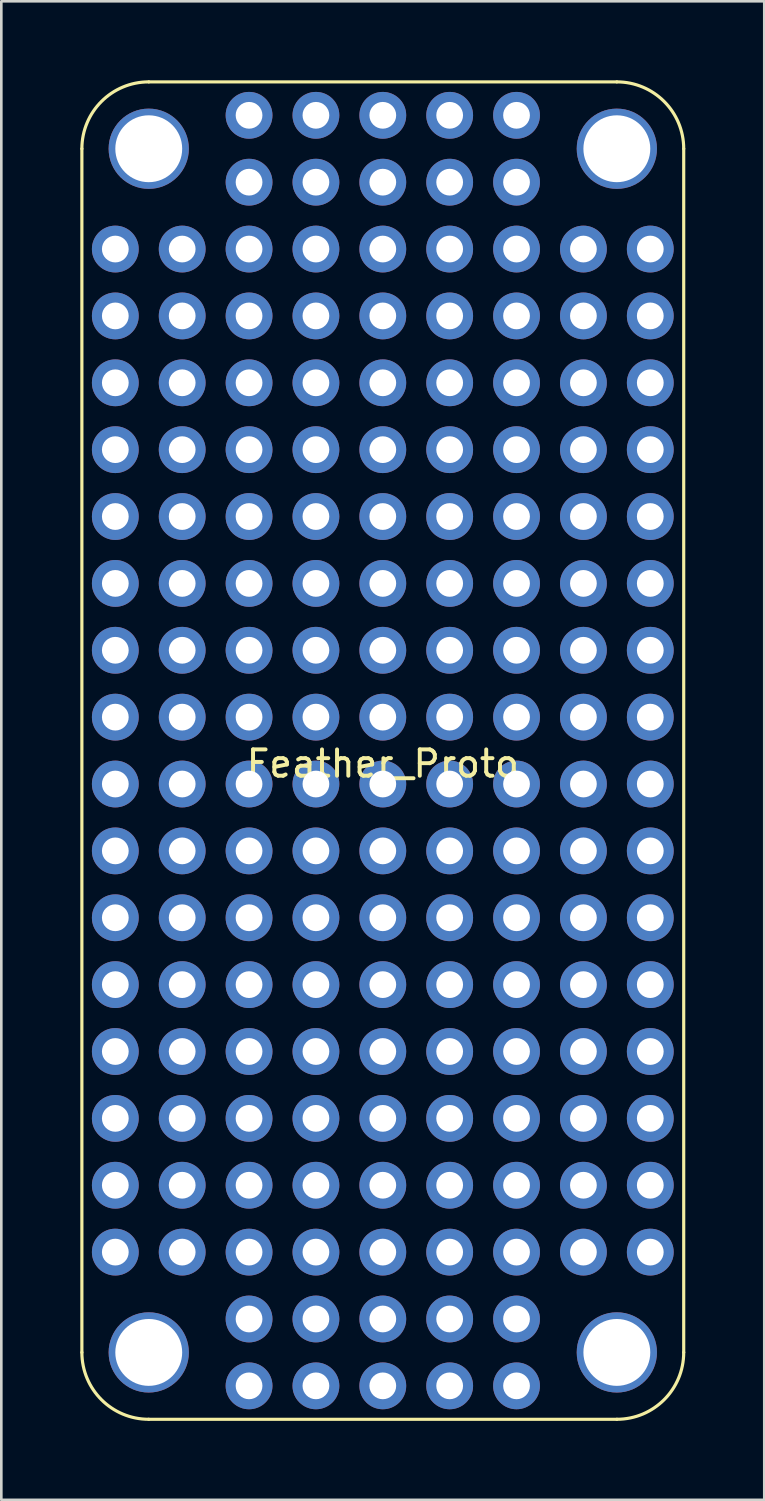
<source format=kicad_pcb>
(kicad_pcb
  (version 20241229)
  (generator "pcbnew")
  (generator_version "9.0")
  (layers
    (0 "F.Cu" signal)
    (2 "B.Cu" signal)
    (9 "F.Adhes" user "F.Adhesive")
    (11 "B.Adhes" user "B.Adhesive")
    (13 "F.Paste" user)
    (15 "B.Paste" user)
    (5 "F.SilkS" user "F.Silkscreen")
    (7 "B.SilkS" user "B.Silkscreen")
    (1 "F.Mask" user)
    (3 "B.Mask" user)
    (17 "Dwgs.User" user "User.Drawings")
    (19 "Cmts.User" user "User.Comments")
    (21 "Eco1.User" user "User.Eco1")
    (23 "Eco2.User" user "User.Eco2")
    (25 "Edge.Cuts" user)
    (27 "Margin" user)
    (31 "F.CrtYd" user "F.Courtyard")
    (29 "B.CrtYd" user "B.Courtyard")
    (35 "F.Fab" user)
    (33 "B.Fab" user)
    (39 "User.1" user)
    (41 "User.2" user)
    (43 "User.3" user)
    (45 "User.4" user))
  (footprint "Feather_Proto"
    (layer "F.Cu")
    (at 11.49 25.46)
    (property "Reference" "Feather_Proto" (at 0 0.5 0) (layer "F.SilkS") (effects (font (size 1 1) (thickness 0.15))))
    (attr through_hole)
    (fp_line (start -11.43 -22.86) (end -11.43 22.86) (stroke (width 0.12) (type solid)) (layer "F.SilkS"))
    (fp_line (start -8.89 25.4) (end 8.89 25.4) (stroke (width 0.12) (type solid)) (layer "F.SilkS"))
    (fp_line (start 8.89 -25.4) (end -8.89 -25.4) (stroke (width 0.12) (type solid)) (layer "F.SilkS"))
    (fp_line (start 11.43 22.86) (end 11.43 -22.86) (stroke (width 0.12) (type solid)) (layer "F.SilkS"))
    (fp_arc (start -11.43 -22.86) (mid -10.686051 -24.656051) (end -8.89 -25.4) (stroke (width 0.12) (type solid)) (layer "F.SilkS"))
    (fp_arc (start -8.89 25.4) (mid -10.686051 24.656051) (end -11.43 22.86) (stroke (width 0.12) (type solid)) (layer "F.SilkS"))
    (fp_arc (start 8.89 -25.4) (mid 10.686051 -24.656051) (end 11.43 -22.86) (stroke (width 0.12) (type solid)) (layer "F.SilkS"))
    (fp_arc (start 11.43 22.86) (mid 10.686051 24.656051) (end 8.89 25.4) (stroke (width 0.12) (type solid)) (layer "F.SilkS"))
    (pad "" thru_hole circle (at -10.16 -19.05) (size 1.778 1.778) (drill 1.016) (layers "*.Cu" "*.Mask"))
    (pad "" thru_hole circle (at -10.16 -16.51) (size 1.778 1.778) (drill 1.016) (layers "*.Cu" "*.Mask"))
    (pad "" thru_hole circle (at -10.16 -13.97) (size 1.778 1.778) (drill 1.016) (layers "*.Cu" "*.Mask"))
    (pad "" thru_hole circle (at -10.16 -11.43) (size 1.778 1.778) (drill 1.016) (layers "*.Cu" "*.Mask"))
    (pad "" thru_hole circle (at -10.16 -8.89) (size 1.778 1.778) (drill 1.016) (layers "*.Cu" "*.Mask"))
    (pad "" thru_hole circle (at -10.16 -6.35) (size 1.778 1.778) (drill 1.016) (layers "*.Cu" "*.Mask"))
    (pad "" thru_hole circle (at -10.16 -3.81) (size 1.778 1.778) (drill 1.016) (layers "*.Cu" "*.Mask"))
    (pad "" thru_hole circle (at -10.16 -1.27) (size 1.778 1.778) (drill 1.016) (layers "*.Cu" "*.Mask"))
    (pad "" thru_hole circle (at -10.16 1.27) (size 1.778 1.778) (drill 1.016) (layers "*.Cu" "*.Mask"))
    (pad "" thru_hole circle (at -10.16 3.81) (size 1.778 1.778) (drill 1.016) (layers "*.Cu" "*.Mask"))
    (pad "" thru_hole circle (at -10.16 6.35) (size 1.778 1.778) (drill 1.016) (layers "*.Cu" "*.Mask"))
    (pad "" thru_hole circle (at -10.16 8.89) (size 1.778 1.778) (drill 1.016) (layers "*.Cu" "*.Mask"))
    (pad "" thru_hole circle (at -10.16 11.43) (size 1.778 1.778) (drill 1.016) (layers "*.Cu" "*.Mask"))
    (pad "" thru_hole circle (at -10.16 13.97) (size 1.778 1.778) (drill 1.016) (layers "*.Cu" "*.Mask"))
    (pad "" thru_hole circle (at -10.16 16.51) (size 1.778 1.778) (drill 1.016) (layers "*.Cu" "*.Mask"))
    (pad "" thru_hole circle (at -10.16 19.05) (size 1.778 1.778) (drill 1.016) (layers "*.Cu" "*.Mask"))
    (pad "" np_thru_hole circle (at -8.89 -22.86) (size 3.048 3.048) (drill 2.54) (layers "*.Cu" "*.Mask"))
    (pad "" np_thru_hole circle (at -8.89 22.86) (size 3.048 3.048) (drill 2.54) (layers "*.Cu" "*.Mask"))
    (pad "" thru_hole circle (at -7.62 -19.05) (size 1.778 1.778) (drill 1.016) (layers "*.Cu" "*.Mask"))
    (pad "" thru_hole circle (at -7.62 -16.51) (size 1.778 1.778) (drill 1.016) (layers "*.Cu" "*.Mask"))
    (pad "" thru_hole circle (at -7.62 -13.97) (size 1.778 1.778) (drill 1.016) (layers "*.Cu" "*.Mask"))
    (pad "" thru_hole circle (at -7.62 -11.43) (size 1.778 1.778) (drill 1.016) (layers "*.Cu" "*.Mask"))
    (pad "" thru_hole circle (at -7.62 -8.89) (size 1.778 1.778) (drill 1.016) (layers "*.Cu" "*.Mask"))
    (pad "" thru_hole circle (at -7.62 -6.35) (size 1.778 1.778) (drill 1.016) (layers "*.Cu" "*.Mask"))
    (pad "" thru_hole circle (at -7.62 -3.81) (size 1.778 1.778) (drill 1.016) (layers "*.Cu" "*.Mask"))
    (pad "" thru_hole circle (at -7.62 -1.27) (size 1.778 1.778) (drill 1.016) (layers "*.Cu" "*.Mask"))
    (pad "" thru_hole circle (at -7.62 1.27) (size 1.778 1.778) (drill 1.016) (layers "*.Cu" "*.Mask"))
    (pad "" thru_hole circle (at -7.62 3.81) (size 1.778 1.778) (drill 1.016) (layers "*.Cu" "*.Mask"))
    (pad "" thru_hole circle (at -7.62 6.35) (size 1.778 1.778) (drill 1.016) (layers "*.Cu" "*.Mask"))
    (pad "" thru_hole circle (at -7.62 8.89) (size 1.778 1.778) (drill 1.016) (layers "*.Cu" "*.Mask"))
    (pad "" thru_hole circle (at -7.62 11.43) (size 1.778 1.778) (drill 1.016) (layers "*.Cu" "*.Mask"))
    (pad "" thru_hole circle (at -7.62 13.97) (size 1.778 1.778) (drill 1.016) (layers "*.Cu" "*.Mask"))
    (pad "" thru_hole circle (at -7.62 16.51) (size 1.778 1.778) (drill 1.016) (layers "*.Cu" "*.Mask"))
    (pad "" thru_hole circle (at -7.62 19.05) (size 1.778 1.778) (drill 1.016) (layers "*.Cu" "*.Mask"))
    (pad "" thru_hole circle (at -5.08 -24.13) (size 1.778 1.778) (drill 1.016) (layers "*.Cu" "*.Mask"))
    (pad "" thru_hole circle (at -5.08 -21.59) (size 1.778 1.778) (drill 1.016) (layers "*.Cu" "*.Mask"))
    (pad "" thru_hole circle (at -5.08 -19.05) (size 1.778 1.778) (drill 1.016) (layers "*.Cu" "*.Mask"))
    (pad "" thru_hole circle (at -5.08 -16.51) (size 1.778 1.778) (drill 1.016) (layers "*.Cu" "*.Mask"))
    (pad "" thru_hole circle (at -5.08 -13.97) (size 1.778 1.778) (drill 1.016) (layers "*.Cu" "*.Mask"))
    (pad "" thru_hole circle (at -5.08 -11.43) (size 1.778 1.778) (drill 1.016) (layers "*.Cu" "*.Mask"))
    (pad "" thru_hole circle (at -5.08 -8.89) (size 1.778 1.778) (drill 1.016) (layers "*.Cu" "*.Mask"))
    (pad "" thru_hole circle (at -5.08 -6.35) (size 1.778 1.778) (drill 1.016) (layers "*.Cu" "*.Mask"))
    (pad "" thru_hole circle (at -5.08 -3.81) (size 1.778 1.778) (drill 1.016) (layers "*.Cu" "*.Mask"))
    (pad "" thru_hole circle (at -5.08 -1.27) (size 1.778 1.778) (drill 1.016) (layers "*.Cu" "*.Mask"))
    (pad "" thru_hole circle (at -5.08 1.27) (size 1.778 1.778) (drill 1.016) (layers "*.Cu" "*.Mask"))
    (pad "" thru_hole circle (at -5.08 3.81) (size 1.778 1.778) (drill 1.016) (layers "*.Cu" "*.Mask"))
    (pad "" thru_hole circle (at -5.08 6.35) (size 1.778 1.778) (drill 1.016) (layers "*.Cu" "*.Mask"))
    (pad "" thru_hole circle (at -5.08 8.89) (size 1.778 1.778) (drill 1.016) (layers "*.Cu" "*.Mask"))
    (pad "" thru_hole circle (at -5.08 11.43) (size 1.778 1.778) (drill 1.016) (layers "*.Cu" "*.Mask"))
    (pad "" thru_hole circle (at -5.08 13.97) (size 1.778 1.778) (drill 1.016) (layers "*.Cu" "*.Mask"))
    (pad "" thru_hole circle (at -5.08 16.51) (size 1.778 1.778) (drill 1.016) (layers "*.Cu" "*.Mask"))
    (pad "" thru_hole circle (at -5.08 19.05) (size 1.778 1.778) (drill 1.016) (layers "*.Cu" "*.Mask"))
    (pad "" thru_hole circle (at -5.08 21.59) (size 1.778 1.778) (drill 1.016) (layers "*.Cu" "*.Mask"))
    (pad "" thru_hole circle (at -5.08 24.13) (size 1.778 1.778) (drill 1.016) (layers "*.Cu" "*.Mask"))
    (pad "" thru_hole circle (at -2.54 -24.13) (size 1.778 1.778) (drill 1.016) (layers "*.Cu" "*.Mask"))
    (pad "" thru_hole circle (at -2.54 -21.59) (size 1.778 1.778) (drill 1.016) (layers "*.Cu" "*.Mask"))
    (pad "" thru_hole circle (at -2.54 -19.05) (size 1.778 1.778) (drill 1.016) (layers "*.Cu" "*.Mask"))
    (pad "" thru_hole circle (at -2.54 -16.51) (size 1.778 1.778) (drill 1.016) (layers "*.Cu" "*.Mask"))
    (pad "" thru_hole circle (at -2.54 -13.97) (size 1.778 1.778) (drill 1.016) (layers "*.Cu" "*.Mask"))
    (pad "" thru_hole circle (at -2.54 -11.43) (size 1.778 1.778) (drill 1.016) (layers "*.Cu" "*.Mask"))
    (pad "" thru_hole circle (at -2.54 -8.89) (size 1.778 1.778) (drill 1.016) (layers "*.Cu" "*.Mask"))
    (pad "" thru_hole circle (at -2.54 -6.35) (size 1.778 1.778) (drill 1.016) (layers "*.Cu" "*.Mask"))
    (pad "" thru_hole circle (at -2.54 -3.81) (size 1.778 1.778) (drill 1.016) (layers "*.Cu" "*.Mask"))
    (pad "" thru_hole circle (at -2.54 -1.27) (size 1.778 1.778) (drill 1.016) (layers "*.Cu" "*.Mask"))
    (pad "" thru_hole circle (at -2.54 1.27) (size 1.778 1.778) (drill 1.016) (layers "*.Cu" "*.Mask"))
    (pad "" thru_hole circle (at -2.54 3.81) (size 1.778 1.778) (drill 1.016) (layers "*.Cu" "*.Mask"))
    (pad "" thru_hole circle (at -2.54 6.35) (size 1.778 1.778) (drill 1.016) (layers "*.Cu" "*.Mask"))
    (pad "" thru_hole circle (at -2.54 8.89) (size 1.778 1.778) (drill 1.016) (layers "*.Cu" "*.Mask"))
    (pad "" thru_hole circle (at -2.54 11.43) (size 1.778 1.778) (drill 1.016) (layers "*.Cu" "*.Mask"))
    (pad "" thru_hole circle (at -2.54 13.97) (size 1.778 1.778) (drill 1.016) (layers "*.Cu" "*.Mask"))
    (pad "" thru_hole circle (at -2.54 16.51) (size 1.778 1.778) (drill 1.016) (layers "*.Cu" "*.Mask"))
    (pad "" thru_hole circle (at -2.54 19.05) (size 1.778 1.778) (drill 1.016) (layers "*.Cu" "*.Mask"))
    (pad "" thru_hole circle (at -2.54 21.59) (size 1.778 1.778) (drill 1.016) (layers "*.Cu" "*.Mask"))
    (pad "" thru_hole circle (at -2.54 24.13) (size 1.778 1.778) (drill 1.016) (layers "*.Cu" "*.Mask"))
    (pad "" thru_hole circle (at 0 -24.13) (size 1.778 1.778) (drill 1.016) (layers "*.Cu" "*.Mask"))
    (pad "" thru_hole circle (at 0 -21.59) (size 1.778 1.778) (drill 1.016) (layers "*.Cu" "*.Mask"))
    (pad "" thru_hole circle (at 0 -19.05) (size 1.778 1.778) (drill 1.016) (layers "*.Cu" "*.Mask"))
    (pad "" thru_hole circle (at 0 -16.51) (size 1.778 1.778) (drill 1.016) (layers "*.Cu" "*.Mask"))
    (pad "" thru_hole circle (at 0 -13.97) (size 1.778 1.778) (drill 1.016) (layers "*.Cu" "*.Mask"))
    (pad "" thru_hole circle (at 0 -11.43) (size 1.778 1.778) (drill 1.016) (layers "*.Cu" "*.Mask"))
    (pad "" thru_hole circle (at 0 -8.89) (size 1.778 1.778) (drill 1.016) (layers "*.Cu" "*.Mask"))
    (pad "" thru_hole circle (at 0 -6.35) (size 1.778 1.778) (drill 1.016) (layers "*.Cu" "*.Mask"))
    (pad "" thru_hole circle (at 0 -3.81) (size 1.778 1.778) (drill 1.016) (layers "*.Cu" "*.Mask"))
    (pad "" thru_hole circle (at 0 -1.27) (size 1.778 1.778) (drill 1.016) (layers "*.Cu" "*.Mask"))
    (pad "" thru_hole circle (at 0 1.27) (size 1.778 1.778) (drill 1.016) (layers "*.Cu" "*.Mask"))
    (pad "" thru_hole circle (at 0 3.81) (size 1.778 1.778) (drill 1.016) (layers "*.Cu" "*.Mask"))
    (pad "" thru_hole circle (at 0 6.35) (size 1.778 1.778) (drill 1.016) (layers "*.Cu" "*.Mask"))
    (pad "" thru_hole circle (at 0 8.89) (size 1.778 1.778) (drill 1.016) (layers "*.Cu" "*.Mask"))
    (pad "" thru_hole circle (at 0 11.43) (size 1.778 1.778) (drill 1.016) (layers "*.Cu" "*.Mask"))
    (pad "" thru_hole circle (at 0 13.97) (size 1.778 1.778) (drill 1.016) (layers "*.Cu" "*.Mask"))
    (pad "" thru_hole circle (at 0 16.51) (size 1.778 1.778) (drill 1.016) (layers "*.Cu" "*.Mask"))
    (pad "" thru_hole circle (at 0 19.05) (size 1.778 1.778) (drill 1.016) (layers "*.Cu" "*.Mask"))
    (pad "" thru_hole circle (at 0 21.59) (size 1.778 1.778) (drill 1.016) (layers "*.Cu" "*.Mask"))
    (pad "" thru_hole circle (at 0 24.13) (size 1.778 1.778) (drill 1.016) (layers "*.Cu" "*.Mask"))
    (pad "" thru_hole circle (at 2.54 -24.13) (size 1.778 1.778) (drill 1.016) (layers "*.Cu" "*.Mask"))
    (pad "" thru_hole circle (at 2.54 -21.59) (size 1.778 1.778) (drill 1.016) (layers "*.Cu" "*.Mask"))
    (pad "" thru_hole circle (at 2.54 -19.05) (size 1.778 1.778) (drill 1.016) (layers "*.Cu" "*.Mask"))
    (pad "" thru_hole circle (at 2.54 -16.51) (size 1.778 1.778) (drill 1.016) (layers "*.Cu" "*.Mask"))
    (pad "" thru_hole circle (at 2.54 -13.97) (size 1.778 1.778) (drill 1.016) (layers "*.Cu" "*.Mask"))
    (pad "" thru_hole circle (at 2.54 -11.43) (size 1.778 1.778) (drill 1.016) (layers "*.Cu" "*.Mask"))
    (pad "" thru_hole circle (at 2.54 -8.89) (size 1.778 1.778) (drill 1.016) (layers "*.Cu" "*.Mask"))
    (pad "" thru_hole circle (at 2.54 -6.35) (size 1.778 1.778) (drill 1.016) (layers "*.Cu" "*.Mask"))
    (pad "" thru_hole circle (at 2.54 -3.81) (size 1.778 1.778) (drill 1.016) (layers "*.Cu" "*.Mask"))
    (pad "" thru_hole circle (at 2.54 -1.27) (size 1.778 1.778) (drill 1.016) (layers "*.Cu" "*.Mask"))
    (pad "" thru_hole circle (at 2.54 1.27) (size 1.778 1.778) (drill 1.016) (layers "*.Cu" "*.Mask"))
    (pad "" thru_hole circle (at 2.54 3.81) (size 1.778 1.778) (drill 1.016) (layers "*.Cu" "*.Mask"))
    (pad "" thru_hole circle (at 2.54 6.35) (size 1.778 1.778) (drill 1.016) (layers "*.Cu" "*.Mask"))
    (pad "" thru_hole circle (at 2.54 8.89) (size 1.778 1.778) (drill 1.016) (layers "*.Cu" "*.Mask"))
    (pad "" thru_hole circle (at 2.54 11.43) (size 1.778 1.778) (drill 1.016) (layers "*.Cu" "*.Mask"))
    (pad "" thru_hole circle (at 2.54 13.97) (size 1.778 1.778) (drill 1.016) (layers "*.Cu" "*.Mask"))
    (pad "" thru_hole circle (at 2.54 16.51) (size 1.778 1.778) (drill 1.016) (layers "*.Cu" "*.Mask"))
    (pad "" thru_hole circle (at 2.54 19.05) (size 1.778 1.778) (drill 1.016) (layers "*.Cu" "*.Mask"))
    (pad "" thru_hole circle (at 2.54 21.59) (size 1.778 1.778) (drill 1.016) (layers "*.Cu" "*.Mask"))
    (pad "" thru_hole circle (at 2.54 24.13) (size 1.778 1.778) (drill 1.016) (layers "*.Cu" "*.Mask"))
    (pad "" thru_hole circle (at 5.08 -24.13) (size 1.778 1.778) (drill 1.016) (layers "*.Cu" "*.Mask"))
    (pad "" thru_hole circle (at 5.08 -21.59) (size 1.778 1.778) (drill 1.016) (layers "*.Cu" "*.Mask"))
    (pad "" thru_hole circle (at 5.08 -19.05) (size 1.778 1.778) (drill 1.016) (layers "*.Cu" "*.Mask"))
    (pad "" thru_hole circle (at 5.08 -16.51) (size 1.778 1.778) (drill 1.016) (layers "*.Cu" "*.Mask"))
    (pad "" thru_hole circle (at 5.08 -13.97) (size 1.778 1.778) (drill 1.016) (layers "*.Cu" "*.Mask"))
    (pad "" thru_hole circle (at 5.08 -11.43) (size 1.778 1.778) (drill 1.016) (layers "*.Cu" "*.Mask"))
    (pad "" thru_hole circle (at 5.08 -8.89) (size 1.778 1.778) (drill 1.016) (layers "*.Cu" "*.Mask"))
    (pad "" thru_hole circle (at 5.08 -6.35) (size 1.778 1.778) (drill 1.016) (layers "*.Cu" "*.Mask"))
    (pad "" thru_hole circle (at 5.08 -3.81) (size 1.778 1.778) (drill 1.016) (layers "*.Cu" "*.Mask"))
    (pad "" thru_hole circle (at 5.08 -1.27) (size 1.778 1.778) (drill 1.016) (layers "*.Cu" "*.Mask"))
    (pad "" thru_hole circle (at 5.08 1.27) (size 1.778 1.778) (drill 1.016) (layers "*.Cu" "*.Mask"))
    (pad "" thru_hole circle (at 5.08 3.81) (size 1.778 1.778) (drill 1.016) (layers "*.Cu" "*.Mask"))
    (pad "" thru_hole circle (at 5.08 6.35) (size 1.778 1.778) (drill 1.016) (layers "*.Cu" "*.Mask"))
    (pad "" thru_hole circle (at 5.08 8.89) (size 1.778 1.778) (drill 1.016) (layers "*.Cu" "*.Mask"))
    (pad "" thru_hole circle (at 5.08 11.43) (size 1.778 1.778) (drill 1.016) (layers "*.Cu" "*.Mask"))
    (pad "" thru_hole circle (at 5.08 13.97) (size 1.778 1.778) (drill 1.016) (layers "*.Cu" "*.Mask"))
    (pad "" thru_hole circle (at 5.08 16.51) (size 1.778 1.778) (drill 1.016) (layers "*.Cu" "*.Mask"))
    (pad "" thru_hole circle (at 5.08 19.05) (size 1.778 1.778) (drill 1.016) (layers "*.Cu" "*.Mask"))
    (pad "" thru_hole circle (at 5.08 21.59) (size 1.778 1.778) (drill 1.016) (layers "*.Cu" "*.Mask"))
    (pad "" thru_hole circle (at 5.08 24.13) (size 1.778 1.778) (drill 1.016) (layers "*.Cu" "*.Mask"))
    (pad "" thru_hole circle (at 7.62 -19.05) (size 1.778 1.778) (drill 1.016) (layers "*.Cu" "*.Mask"))
    (pad "" thru_hole circle (at 7.62 -16.51) (size 1.778 1.778) (drill 1.016) (layers "*.Cu" "*.Mask"))
    (pad "" thru_hole circle (at 7.62 -13.97) (size 1.778 1.778) (drill 1.016) (layers "*.Cu" "*.Mask"))
    (pad "" thru_hole circle (at 7.62 -11.43) (size 1.778 1.778) (drill 1.016) (layers "*.Cu" "*.Mask"))
    (pad "" thru_hole circle (at 7.62 -8.89) (size 1.778 1.778) (drill 1.016) (layers "*.Cu" "*.Mask"))
    (pad "" thru_hole circle (at 7.62 -6.35) (size 1.778 1.778) (drill 1.016) (layers "*.Cu" "*.Mask"))
    (pad "" thru_hole circle (at 7.62 -3.81) (size 1.778 1.778) (drill 1.016) (layers "*.Cu" "*.Mask"))
    (pad "" thru_hole circle (at 7.62 -1.27) (size 1.778 1.778) (drill 1.016) (layers "*.Cu" "*.Mask"))
    (pad "" thru_hole circle (at 7.62 1.27) (size 1.778 1.778) (drill 1.016) (layers "*.Cu" "*.Mask"))
    (pad "" thru_hole circle (at 7.62 3.81) (size 1.778 1.778) (drill 1.016) (layers "*.Cu" "*.Mask"))
    (pad "" thru_hole circle (at 7.62 6.35) (size 1.778 1.778) (drill 1.016) (layers "*.Cu" "*.Mask"))
    (pad "" thru_hole circle (at 7.62 8.89) (size 1.778 1.778) (drill 1.016) (layers "*.Cu" "*.Mask"))
    (pad "" thru_hole circle (at 7.62 11.43) (size 1.778 1.778) (drill 1.016) (layers "*.Cu" "*.Mask"))
    (pad "" thru_hole circle (at 7.62 13.97) (size 1.778 1.778) (drill 1.016) (layers "*.Cu" "*.Mask"))
    (pad "" thru_hole circle (at 7.62 16.51) (size 1.778 1.778) (drill 1.016) (layers "*.Cu" "*.Mask"))
    (pad "" thru_hole circle (at 7.62 19.05) (size 1.778 1.778) (drill 1.016) (layers "*.Cu" "*.Mask"))
    (pad "" np_thru_hole circle (at 8.89 -22.86) (size 3.048 3.048) (drill 2.54) (layers "*.Cu" "*.Mask"))
    (pad "" np_thru_hole circle (at 8.89 22.86) (size 3.048 3.048) (drill 2.54) (layers "*.Cu" "*.Mask"))
    (pad "" thru_hole circle (at 10.16 -19.05) (size 1.778 1.778) (drill 1.016) (layers "*.Cu" "*.Mask"))
    (pad "" thru_hole circle (at 10.16 -16.51) (size 1.778 1.778) (drill 1.016) (layers "*.Cu" "*.Mask"))
    (pad "" thru_hole circle (at 10.16 -13.97) (size 1.778 1.778) (drill 1.016) (layers "*.Cu" "*.Mask"))
    (pad "" thru_hole circle (at 10.16 -11.43) (size 1.778 1.778) (drill 1.016) (layers "*.Cu" "*.Mask"))
    (pad "" thru_hole circle (at 10.16 -8.89) (size 1.778 1.778) (drill 1.016) (layers "*.Cu" "*.Mask"))
    (pad "" thru_hole circle (at 10.16 -6.35) (size 1.778 1.778) (drill 1.016) (layers "*.Cu" "*.Mask"))
    (pad "" thru_hole circle (at 10.16 -3.81) (size 1.778 1.778) (drill 1.016) (layers "*.Cu" "*.Mask"))
    (pad "" thru_hole circle (at 10.16 -1.27) (size 1.778 1.778) (drill 1.016) (layers "*.Cu" "*.Mask"))
    (pad "" thru_hole circle (at 10.16 1.27) (size 1.778 1.778) (drill 1.016) (layers "*.Cu" "*.Mask"))
    (pad "" thru_hole circle (at 10.16 3.81) (size 1.778 1.778) (drill 1.016) (layers "*.Cu" "*.Mask"))
    (pad "" thru_hole circle (at 10.16 6.35) (size 1.778 1.778) (drill 1.016) (layers "*.Cu" "*.Mask"))
    (pad "" thru_hole circle (at 10.16 8.89) (size 1.778 1.778) (drill 1.016) (layers "*.Cu" "*.Mask"))
    (pad "" thru_hole circle (at 10.16 11.43) (size 1.778 1.778) (drill 1.016) (layers "*.Cu" "*.Mask"))
    (pad "" thru_hole circle (at 10.16 13.97) (size 1.778 1.778) (drill 1.016) (layers "*.Cu" "*.Mask"))
    (pad "" thru_hole circle (at 10.16 16.51) (size 1.778 1.778) (drill 1.016) (layers "*.Cu" "*.Mask"))
    (pad "" thru_hole circle (at 10.16 19.05) (size 1.778 1.778) (drill 1.016) (layers "*.Cu" "*.Mask")))
  (gr_rect
    (start -3 -3)
    (end 25.98 53.92)
    (stroke (width 0.1) (type default))
    (fill no)
    (layer "Edge.Cuts")))
</source>
